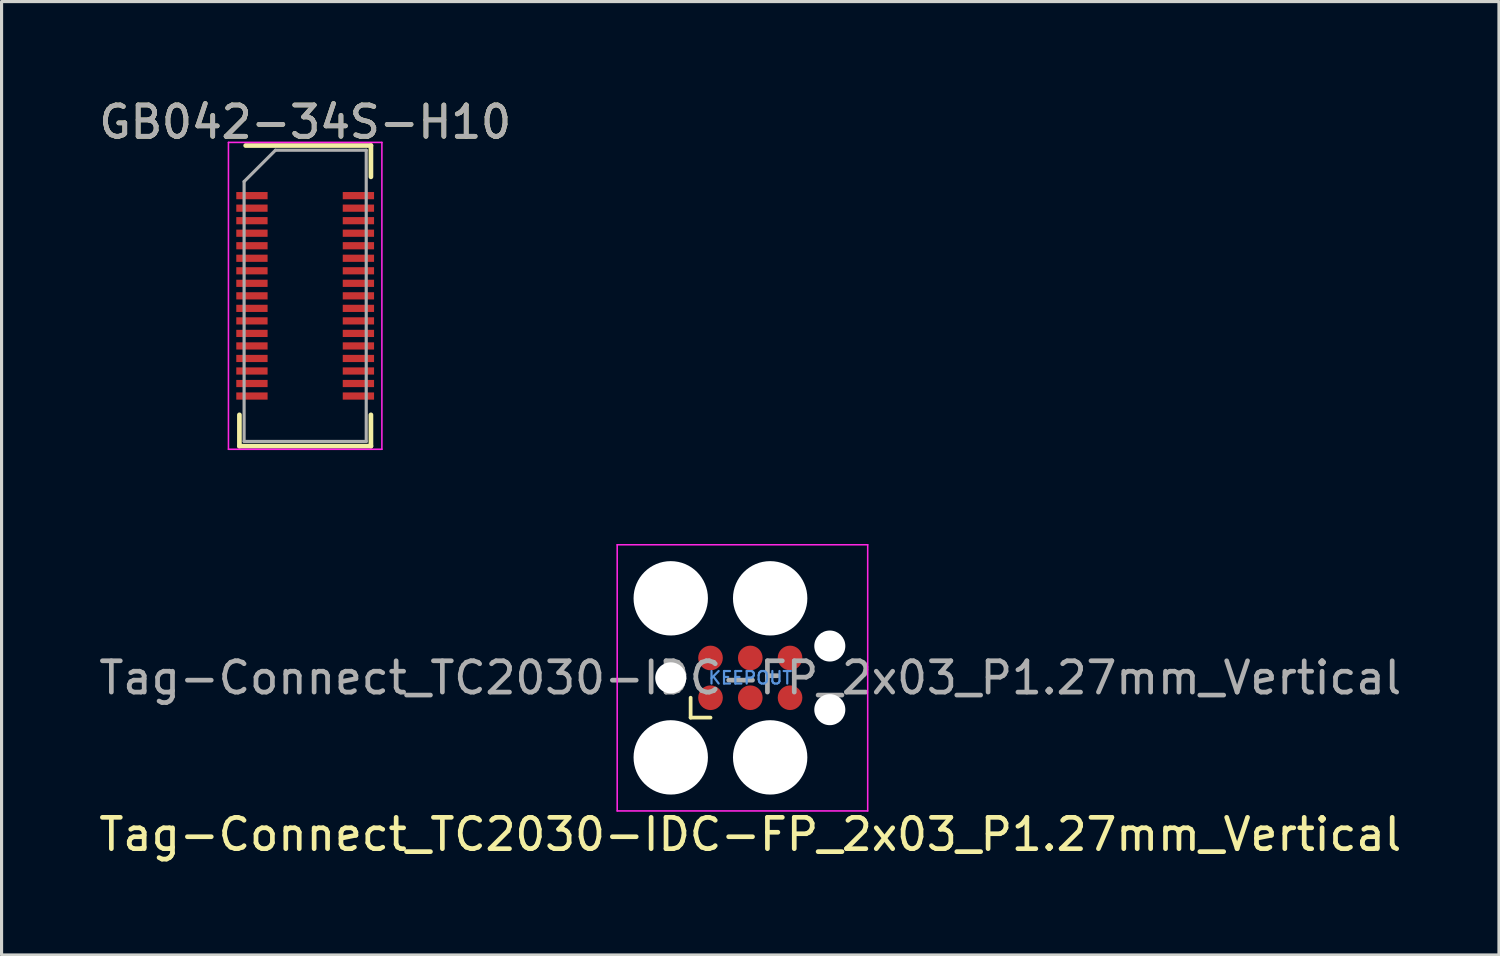
<source format=kicad_pcb>
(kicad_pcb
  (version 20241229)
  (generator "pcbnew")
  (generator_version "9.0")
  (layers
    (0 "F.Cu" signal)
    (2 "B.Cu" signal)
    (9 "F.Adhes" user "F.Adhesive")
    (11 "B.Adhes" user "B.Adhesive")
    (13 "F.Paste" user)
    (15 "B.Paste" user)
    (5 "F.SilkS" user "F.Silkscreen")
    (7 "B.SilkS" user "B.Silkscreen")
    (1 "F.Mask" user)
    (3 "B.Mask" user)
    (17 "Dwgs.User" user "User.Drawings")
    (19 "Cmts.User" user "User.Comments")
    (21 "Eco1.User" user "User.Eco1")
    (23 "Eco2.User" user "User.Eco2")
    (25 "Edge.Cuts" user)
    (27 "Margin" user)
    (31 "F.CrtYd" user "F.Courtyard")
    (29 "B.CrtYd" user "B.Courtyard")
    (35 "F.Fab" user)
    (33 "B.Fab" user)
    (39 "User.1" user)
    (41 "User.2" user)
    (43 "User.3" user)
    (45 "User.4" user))
  (footprint "GB042-34S-H10"
    (layer "F.Cu")
    (at 6.696 6.398)
    (property "Reference" "GB042-34S-H10" (at 0 -5.55 0) (layer "F.SilkS") (effects (font (size 1 1) (thickness 0.15))))
    (attr smd)
    (fp_line (start -2.1 4.8) (end -2.1 3.8) (stroke (width 0.15) (type solid)) (layer "F.SilkS"))
    (fp_line (start -1.9 -4.8) (end 2.1 -4.8) (stroke (width 0.15) (type solid)) (layer "F.SilkS"))
    (fp_line (start 2.1 -4.8) (end 2.1 -3.8) (stroke (width 0.15) (type solid)) (layer "F.SilkS"))
    (fp_line (start 2.1 4.8) (end -2.1 4.8) (stroke (width 0.15) (type solid)) (layer "F.SilkS"))
    (fp_line (start 2.1 4.8) (end 2.1 3.8) (stroke (width 0.15) (type solid)) (layer "F.SilkS"))
    (fp_line (start -2.45 -4.9) (end 2.45 -4.9) (stroke (width 0.05) (type solid)) (layer "F.CrtYd"))
    (fp_line (start -2.45 4.9) (end -2.45 -4.9) (stroke (width 0.05) (type solid)) (layer "F.CrtYd"))
    (fp_line (start 2.45 -4.9) (end 2.45 4.9) (stroke (width 0.05) (type solid)) (layer "F.CrtYd"))
    (fp_line (start 2.45 4.9) (end -2.45 4.9) (stroke (width 0.05) (type solid)) (layer "F.CrtYd"))
    (fp_line (start -1.95 -3.65) (end -0.95 -4.65) (stroke (width 0.1) (type solid)) (layer "F.Fab"))
    (fp_line (start -1.95 4.65) (end -1.95 -3.65) (stroke (width 0.1) (type solid)) (layer "F.Fab"))
    (fp_line (start -0.95 -4.65) (end 1.95 -4.65) (stroke (width 0.1) (type solid)) (layer "F.Fab"))
    (fp_line (start 1.95 -4.65) (end 1.95 4.65) (stroke (width 0.1) (type solid)) (layer "F.Fab"))
    (fp_line (start 1.95 4.65) (end -1.95 4.65) (stroke (width 0.1) (type solid)) (layer "F.Fab"))
    (fp_text user "${REFERENCE}" (at 0 -5.55 0) (layer "F.Fab") (effects (font (size 1 1) (thickness 0.15))))
    (pad "1" smd rect (at -1.7 -3.2 270) (size 0.23 1) (layers "F.Cu" "F.Mask" "F.Paste"))
    (pad "2" smd rect (at -1.7 -2.8 270) (size 0.23 1) (layers "F.Cu" "F.Mask" "F.Paste"))
    (pad "3" smd rect (at -1.7 -2.4 270) (size 0.23 1) (layers "F.Cu" "F.Mask" "F.Paste"))
    (pad "4" smd rect (at -1.7 -2 270) (size 0.23 1) (layers "F.Cu" "F.Mask" "F.Paste"))
    (pad "5" smd rect (at -1.7 -1.6 270) (size 0.23 1) (layers "F.Cu" "F.Mask" "F.Paste"))
    (pad "6" smd rect (at -1.7 -1.2 270) (size 0.23 1) (layers "F.Cu" "F.Mask" "F.Paste"))
    (pad "7" smd rect (at -1.7 -0.8 270) (size 0.23 1) (layers "F.Cu" "F.Mask" "F.Paste"))
    (pad "8" smd rect (at -1.7 -0.4 270) (size 0.23 1) (layers "F.Cu" "F.Mask" "F.Paste"))
    (pad "9" smd rect (at -1.7 0 270) (size 0.23 1) (layers "F.Cu" "F.Mask" "F.Paste"))
    (pad "10" smd rect (at -1.7 0.4 270) (size 0.23 1) (layers "F.Cu" "F.Mask" "F.Paste"))
    (pad "11" smd rect (at -1.7 0.8 270) (size 0.23 1) (layers "F.Cu" "F.Mask" "F.Paste"))
    (pad "12" smd rect (at -1.7 1.2 270) (size 0.23 1) (layers "F.Cu" "F.Mask" "F.Paste"))
    (pad "13" smd rect (at -1.7 1.6 270) (size 0.23 1) (layers "F.Cu" "F.Mask" "F.Paste"))
    (pad "14" smd rect (at -1.7 2 270) (size 0.23 1) (layers "F.Cu" "F.Mask" "F.Paste"))
    (pad "15" smd rect (at -1.7 2.4 270) (size 0.23 1) (layers "F.Cu" "F.Mask" "F.Paste"))
    (pad "16" smd rect (at -1.7 2.8 270) (size 0.23 1) (layers "F.Cu" "F.Mask" "F.Paste"))
    (pad "17" smd rect (at -1.7 3.2 270) (size 0.23 1) (layers "F.Cu" "F.Mask" "F.Paste"))
    (pad "18" smd rect (at 1.7 3.2 270) (size 0.23 1) (layers "F.Cu" "F.Mask" "F.Paste"))
    (pad "19" smd rect (at 1.7 2.8 270) (size 0.23 1) (layers "F.Cu" "F.Mask" "F.Paste"))
    (pad "20" smd rect (at 1.7 2.4 270) (size 0.23 1) (layers "F.Cu" "F.Mask" "F.Paste"))
    (pad "21" smd rect (at 1.7 2 270) (size 0.23 1) (layers "F.Cu" "F.Mask" "F.Paste"))
    (pad "22" smd rect (at 1.7 1.6 270) (size 0.23 1) (layers "F.Cu" "F.Mask" "F.Paste"))
    (pad "23" smd rect (at 1.7 1.2 270) (size 0.23 1) (layers "F.Cu" "F.Mask" "F.Paste"))
    (pad "24" smd rect (at 1.7 0.8 270) (size 0.23 1) (layers "F.Cu" "F.Mask" "F.Paste"))
    (pad "25" smd rect (at 1.7 0.4 270) (size 0.23 1) (layers "F.Cu" "F.Mask" "F.Paste"))
    (pad "26" smd rect (at 1.7 0 270) (size 0.23 1) (layers "F.Cu" "F.Mask" "F.Paste"))
    (pad "27" smd rect (at 1.7 -0.4 270) (size 0.23 1) (layers "F.Cu" "F.Mask" "F.Paste"))
    (pad "28" smd rect (at 1.7 -0.8 270) (size 0.23 1) (layers "F.Cu" "F.Mask" "F.Paste"))
    (pad "29" smd rect (at 1.7 -1.2 270) (size 0.23 1) (layers "F.Cu" "F.Mask" "F.Paste"))
    (pad "30" smd rect (at 1.7 -1.6 270) (size 0.23 1) (layers "F.Cu" "F.Mask" "F.Paste"))
    (pad "31" smd rect (at 1.7 -2 270) (size 0.23 1) (layers "F.Cu" "F.Mask" "F.Paste"))
    (pad "32" smd rect (at 1.7 -2.4 270) (size 0.23 1) (layers "F.Cu" "F.Mask" "F.Paste"))
    (pad "33" smd rect (at 1.7 -2.8 270) (size 0.23 1) (layers "F.Cu" "F.Mask" "F.Paste"))
    (pad "34" smd rect (at 1.7 -3.2 270) (size 0.23 1) (layers "F.Cu" "F.Mask" "F.Paste")))
  (footprint "Tag-Connect_TC2030-IDC-FP_2x03_P1.27mm_Vertical"
    (layer "F.Cu")
    (at 20.911 18.598)
    (property "Reference" "Tag-Connect_TC2030-IDC-FP_2x03_P1.27mm_Vertical" (at 0 5 0) (layer "F.SilkS") (effects (font (size 1 1) (thickness 0.15))))
    (attr exclude_from_pos_files exclude_from_bom)
    (fp_line (start -1.905 1.27) (end -1.905 0.635) (stroke (width 0.12) (type solid)) (layer "F.SilkS"))
    (fp_line (start -1.27 1.27) (end -1.905 1.27) (stroke (width 0.12) (type solid)) (layer "F.SilkS"))
    (fp_line (start -4.25 -4.25) (end 3.75 -4.25) (stroke (width 0.05) (type solid)) (layer "F.CrtYd"))
    (fp_line (start -4.25 4.25) (end -4.25 -4.25) (stroke (width 0.05) (type solid)) (layer "F.CrtYd"))
    (fp_line (start 3.75 -4.25) (end 3.75 4.25) (stroke (width 0.05) (type solid)) (layer "F.CrtYd"))
    (fp_line (start 3.75 4.25) (end -4.25 4.25) (stroke (width 0.05) (type solid)) (layer "F.CrtYd"))
    (fp_text user "KEEPOUT" (at 0 0 0) (layer "Cmts.User") (effects (font (size 0.4 0.4) (thickness 0.07))))
    (fp_text user "${REFERENCE}" (at 0 0 0) (layer "F.Fab") (effects (font (size 1 1) (thickness 0.15))))
    (pad "" np_thru_hole circle (at -2.54 -2.54) (size 2.375 2.375) (drill 2.375) (layers "*.Cu" "*.Mask"))
    (pad "" np_thru_hole circle (at -2.54 0) (size 0.991 0.991) (drill 0.991) (layers "*.Cu" "*.Mask"))
    (pad "" np_thru_hole circle (at -2.54 2.54) (size 2.375 2.375) (drill 2.375) (layers "*.Cu" "*.Mask"))
    (pad "" np_thru_hole circle (at 0.635 -2.54) (size 2.375 2.375) (drill 2.375) (layers "*.Cu" "*.Mask"))
    (pad "" np_thru_hole circle (at 0.635 2.54) (size 2.375 2.375) (drill 2.375) (layers "*.Cu" "*.Mask"))
    (pad "" np_thru_hole circle (at 2.54 -1.016) (size 0.991 0.991) (drill 0.991) (layers "*.Cu" "*.Mask"))
    (pad "" np_thru_hole circle (at 2.54 1.016) (size 0.991 0.991) (drill 0.991) (layers "*.Cu" "*.Mask"))
    (pad "1" connect circle (at -1.27 0.635) (size 0.787 0.787) (layers "F.Cu" "F.Mask"))
    (pad "2" connect circle (at -1.27 -0.635) (size 0.787 0.787) (layers "F.Cu" "F.Mask"))
    (pad "3" connect circle (at 0 0.635) (size 0.787 0.787) (layers "F.Cu" "F.Mask"))
    (pad "4" connect circle (at 0 -0.635) (size 0.787 0.787) (layers "F.Cu" "F.Mask"))
    (pad "5" connect circle (at 1.27 0.635) (size 0.787 0.787) (layers "F.Cu" "F.Mask"))
    (pad "6" connect circle (at 1.27 -0.635) (size 0.787 0.787) (layers "F.Cu" "F.Mask"))
    (zone (net_name "") (layer "F.Cu") (hatch full 0.508) (connect_pads) (min_thickness 0.254) (filled_areas_thickness no) (keepout (tracks allowed) (vias not_allowed) (pads allowed) (copperpour not_allowed) (footprints not_allowed)) (placement (enabled no)) (fill) (polygon (pts (xy 22.181 17.963) (xy 19.641 17.963) (xy 19.641 19.233) (xy 22.181 19.233)))))
  (gr_rect
    (start -3 -3)
    (end 44.821 27.447)
    (stroke (width 0.1) (type default))
    (fill no)
    (layer "Edge.Cuts")))
</source>
